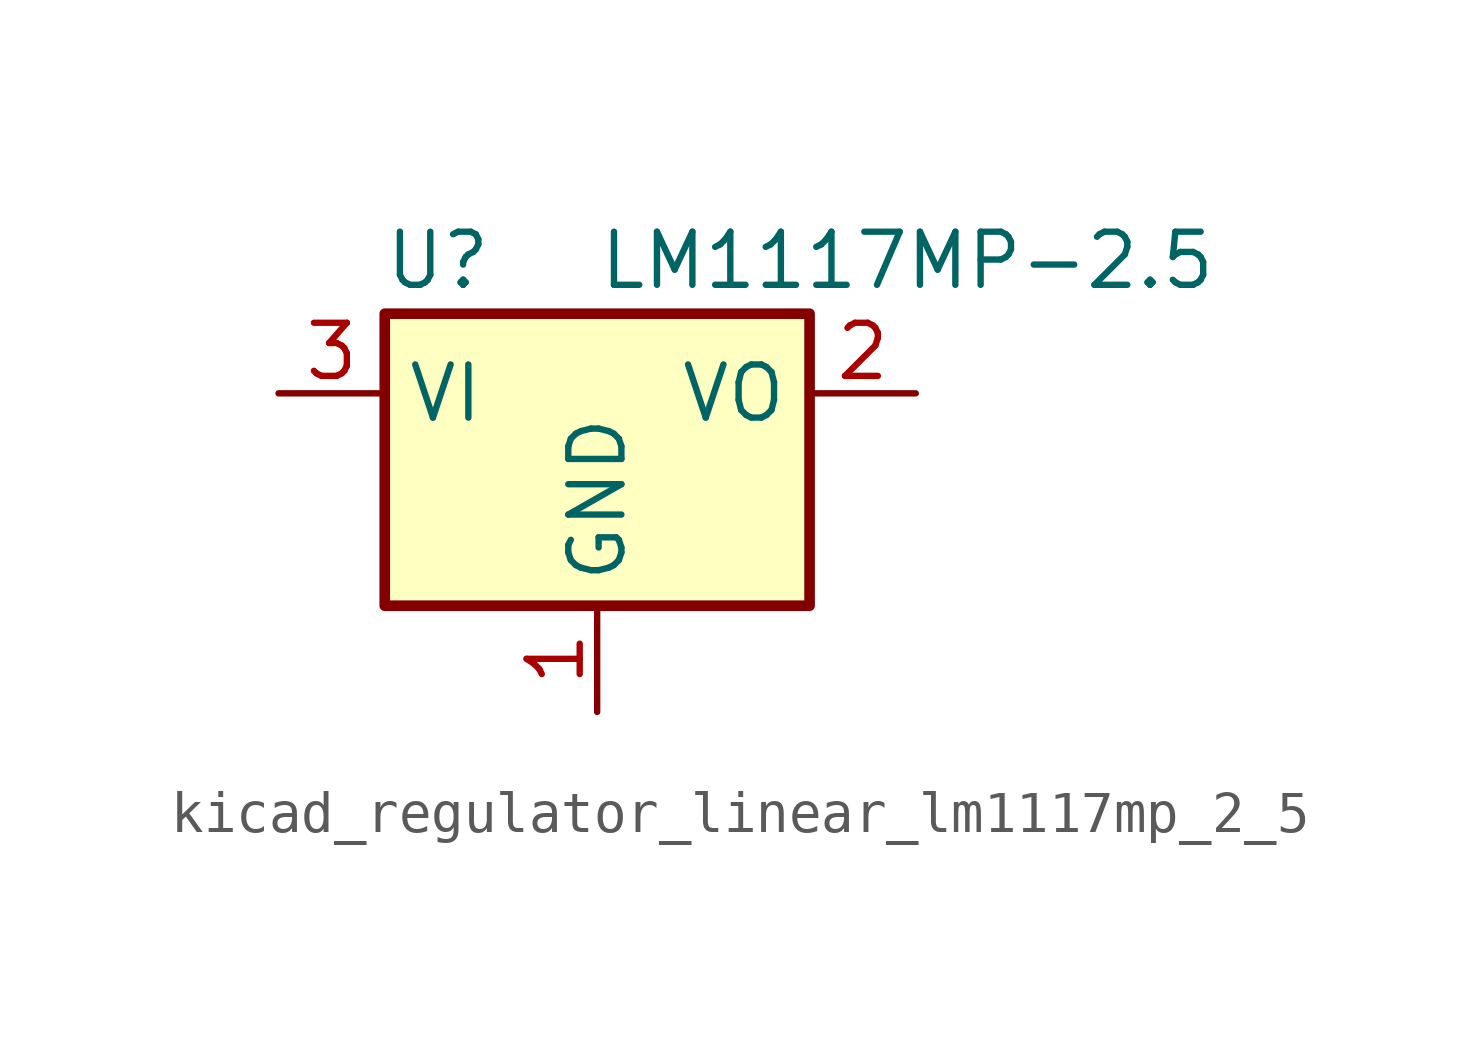
<source format=kicad_sym>
(kicad_symbol_lib
  (version 20220914)
  (generator kicad_symbol_editor)
  (symbol "kicad_regulator_linear_lm1117mp_2_5"
    (property "Reference" "U"
      (at -3.81 3.175 0)
      (effects (font (size 1.27 1.27))))
    (property "Value" "LM1117MP-2.5"
      (at 0 3.175 0)
      (effects (font (size 1.27 1.27)) (justify left)))
    (symbol "kicad_regulator_linear_lm1117mp_2_5_0_1"
      (rectangle (start -5.08 -5.08) (end 5.08 1.905) (stroke (width 0.254) (type default)) (fill (type background))))
    (symbol "kicad_regulator_linear_lm1117mp_2_5_1_1"
      (pin power_in line (at 0 -7.62 90) (length 2.54) (name "GND" (effects (font (size 1.27 1.27)))) (number "1" (effects (font (size 1.27 1.27)))))
      (pin power_out line (at 7.62 0 180) (length 2.54) (name "VO" (effects (font (size 1.27 1.27)))) (number "2" (effects (font (size 1.27 1.27)))))
      (pin power_in line (at -7.62 0 0) (length 2.54) (name "VI" (effects (font (size 1.27 1.27)))) (number "3" (effects (font (size 1.27 1.27))))))))
</source>
